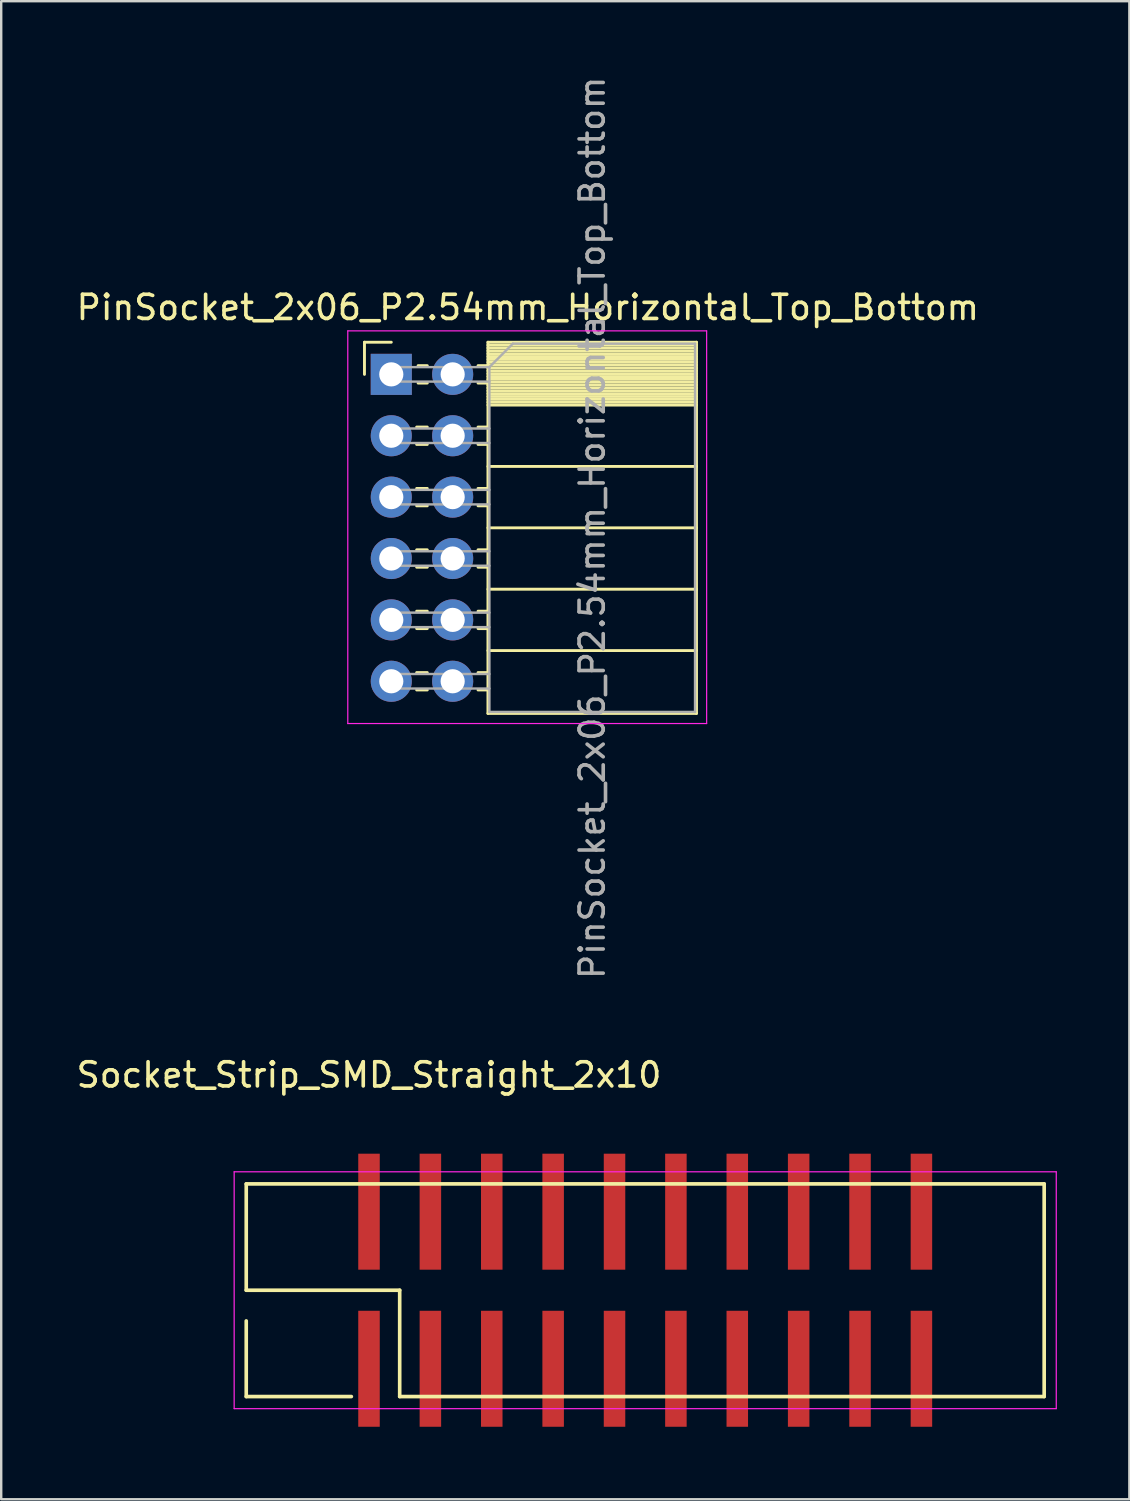
<source format=kicad_pcb>
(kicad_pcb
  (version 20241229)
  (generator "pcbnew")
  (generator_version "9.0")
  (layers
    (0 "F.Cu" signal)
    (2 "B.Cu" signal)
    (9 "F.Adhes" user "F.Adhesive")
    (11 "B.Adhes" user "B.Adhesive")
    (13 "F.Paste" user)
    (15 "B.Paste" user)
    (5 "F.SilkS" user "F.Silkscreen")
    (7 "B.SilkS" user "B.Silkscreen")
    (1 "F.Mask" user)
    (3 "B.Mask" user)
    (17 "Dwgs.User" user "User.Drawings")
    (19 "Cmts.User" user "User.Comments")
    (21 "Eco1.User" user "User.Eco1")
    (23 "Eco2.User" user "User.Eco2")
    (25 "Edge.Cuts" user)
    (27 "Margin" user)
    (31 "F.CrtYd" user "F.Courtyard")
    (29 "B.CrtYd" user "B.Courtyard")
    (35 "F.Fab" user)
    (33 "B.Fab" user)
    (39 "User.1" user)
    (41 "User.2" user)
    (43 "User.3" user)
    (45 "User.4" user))
  (footprint "PinSocket_2x06_P2.54mm_Horizontal_Top_Bottom"
    (layer "F.Cu")
    (at 13.142 12.442)
    (property "Reference" "PinSocket_2x06_P2.54mm_Horizontal_Top_Bottom" (at 5.65 -2.77 0) (layer "F.SilkS") (effects (font (size 1 1) (thickness 0.15))))
    (attr through_hole)
    (fp_line (start -1.11 -1.33) (end -1.11 0) (stroke (width 0.12) (type solid)) (layer "F.SilkS"))
    (fp_line (start 0 -1.33) (end -1.11 -1.33) (stroke (width 0.12) (type solid)) (layer "F.SilkS"))
    (fp_line (start 1.49 -0.36) (end 1.11 -0.36) (stroke (width 0.12) (type solid)) (layer "F.SilkS"))
    (fp_line (start 1.49 0.36) (end 1.11 0.36) (stroke (width 0.12) (type solid)) (layer "F.SilkS"))
    (fp_line (start 1.49 2.18) (end 1.05 2.18) (stroke (width 0.12) (type solid)) (layer "F.SilkS"))
    (fp_line (start 1.49 2.9) (end 1.05 2.9) (stroke (width 0.12) (type solid)) (layer "F.SilkS"))
    (fp_line (start 1.49 4.72) (end 1.05 4.72) (stroke (width 0.12) (type solid)) (layer "F.SilkS"))
    (fp_line (start 1.49 5.44) (end 1.05 5.44) (stroke (width 0.12) (type solid)) (layer "F.SilkS"))
    (fp_line (start 1.49 7.26) (end 1.05 7.26) (stroke (width 0.12) (type solid)) (layer "F.SilkS"))
    (fp_line (start 1.49 7.98) (end 1.05 7.98) (stroke (width 0.12) (type solid)) (layer "F.SilkS"))
    (fp_line (start 1.49 9.8) (end 1.05 9.8) (stroke (width 0.12) (type solid)) (layer "F.SilkS"))
    (fp_line (start 1.49 10.52) (end 1.05 10.52) (stroke (width 0.12) (type solid)) (layer "F.SilkS"))
    (fp_line (start 1.49 12.34) (end 1.05 12.34) (stroke (width 0.12) (type solid)) (layer "F.SilkS"))
    (fp_line (start 1.49 13.06) (end 1.05 13.06) (stroke (width 0.12) (type solid)) (layer "F.SilkS"))
    (fp_line (start 4 -1.33) (end 4 14.03) (stroke (width 0.12) (type solid)) (layer "F.SilkS"))
    (fp_line (start 4 -0.36) (end 3.59 -0.36) (stroke (width 0.12) (type solid)) (layer "F.SilkS"))
    (fp_line (start 4 0.36) (end 3.59 0.36) (stroke (width 0.12) (type solid)) (layer "F.SilkS"))
    (fp_line (start 4 2.18) (end 3.59 2.18) (stroke (width 0.12) (type solid)) (layer "F.SilkS"))
    (fp_line (start 4 2.9) (end 3.59 2.9) (stroke (width 0.12) (type solid)) (layer "F.SilkS"))
    (fp_line (start 4 4.72) (end 3.59 4.72) (stroke (width 0.12) (type solid)) (layer "F.SilkS"))
    (fp_line (start 4 5.44) (end 3.59 5.44) (stroke (width 0.12) (type solid)) (layer "F.SilkS"))
    (fp_line (start 4 7.26) (end 3.59 7.26) (stroke (width 0.12) (type solid)) (layer "F.SilkS"))
    (fp_line (start 4 7.98) (end 3.59 7.98) (stroke (width 0.12) (type solid)) (layer "F.SilkS"))
    (fp_line (start 4 9.8) (end 3.59 9.8) (stroke (width 0.12) (type solid)) (layer "F.SilkS"))
    (fp_line (start 4 10.52) (end 3.59 10.52) (stroke (width 0.12) (type solid)) (layer "F.SilkS"))
    (fp_line (start 4 12.34) (end 3.59 12.34) (stroke (width 0.12) (type solid)) (layer "F.SilkS"))
    (fp_line (start 4 13.06) (end 3.59 13.06) (stroke (width 0.12) (type solid)) (layer "F.SilkS"))
    (fp_line (start 12.63 -1.33) (end 4 -1.33) (stroke (width 0.12) (type solid)) (layer "F.SilkS"))
    (fp_line (start 12.63 -1.33) (end 12.63 14.03) (stroke (width 0.12) (type solid)) (layer "F.SilkS"))
    (fp_line (start 12.63 -1.21) (end 4 -1.21) (stroke (width 0.12) (type solid)) (layer "F.SilkS"))
    (fp_line (start 12.63 -1.092) (end 4 -1.092) (stroke (width 0.12) (type solid)) (layer "F.SilkS"))
    (fp_line (start 12.63 -0.974) (end 4 -0.974) (stroke (width 0.12) (type solid)) (layer "F.SilkS"))
    (fp_line (start 12.63 -0.856) (end 4 -0.856) (stroke (width 0.12) (type solid)) (layer "F.SilkS"))
    (fp_line (start 12.63 -0.738) (end 4 -0.738) (stroke (width 0.12) (type solid)) (layer "F.SilkS"))
    (fp_line (start 12.63 -0.62) (end 4 -0.62) (stroke (width 0.12) (type solid)) (layer "F.SilkS"))
    (fp_line (start 12.63 -0.501) (end 4 -0.501) (stroke (width 0.12) (type solid)) (layer "F.SilkS"))
    (fp_line (start 12.63 -0.383) (end 4 -0.383) (stroke (width 0.12) (type solid)) (layer "F.SilkS"))
    (fp_line (start 12.63 -0.265) (end 4 -0.265) (stroke (width 0.12) (type solid)) (layer "F.SilkS"))
    (fp_line (start 12.63 -0.147) (end 4 -0.147) (stroke (width 0.12) (type solid)) (layer "F.SilkS"))
    (fp_line (start 12.63 -0.029) (end 4 -0.029) (stroke (width 0.12) (type solid)) (layer "F.SilkS"))
    (fp_line (start 12.63 0.089) (end 4 0.089) (stroke (width 0.12) (type solid)) (layer "F.SilkS"))
    (fp_line (start 12.63 0.207) (end 4 0.207) (stroke (width 0.12) (type solid)) (layer "F.SilkS"))
    (fp_line (start 12.63 0.325) (end 4 0.325) (stroke (width 0.12) (type solid)) (layer "F.SilkS"))
    (fp_line (start 12.63 0.443) (end 4 0.443) (stroke (width 0.12) (type solid)) (layer "F.SilkS"))
    (fp_line (start 12.63 0.561) (end 4 0.561) (stroke (width 0.12) (type solid)) (layer "F.SilkS"))
    (fp_line (start 12.63 0.68) (end 4 0.68) (stroke (width 0.12) (type solid)) (layer "F.SilkS"))
    (fp_line (start 12.63 0.798) (end 4 0.798) (stroke (width 0.12) (type solid)) (layer "F.SilkS"))
    (fp_line (start 12.63 0.916) (end 4 0.916) (stroke (width 0.12) (type solid)) (layer "F.SilkS"))
    (fp_line (start 12.63 1.034) (end 4 1.034) (stroke (width 0.12) (type solid)) (layer "F.SilkS"))
    (fp_line (start 12.63 1.152) (end 4 1.152) (stroke (width 0.12) (type solid)) (layer "F.SilkS"))
    (fp_line (start 12.63 1.27) (end 4 1.27) (stroke (width 0.12) (type solid)) (layer "F.SilkS"))
    (fp_line (start 12.63 3.81) (end 4 3.81) (stroke (width 0.12) (type solid)) (layer "F.SilkS"))
    (fp_line (start 12.63 6.35) (end 4 6.35) (stroke (width 0.12) (type solid)) (layer "F.SilkS"))
    (fp_line (start 12.63 8.89) (end 4 8.89) (stroke (width 0.12) (type solid)) (layer "F.SilkS"))
    (fp_line (start 12.63 11.43) (end 4 11.43) (stroke (width 0.12) (type solid)) (layer "F.SilkS"))
    (fp_line (start 12.63 14.03) (end 4 14.03) (stroke (width 0.12) (type solid)) (layer "F.SilkS"))
    (fp_line (start -1.8 -1.8) (end 13.05 -1.8) (stroke (width 0.05) (type solid)) (layer "F.CrtYd"))
    (fp_line (start -1.8 14.45) (end -1.8 -1.8) (stroke (width 0.05) (type solid)) (layer "F.CrtYd"))
    (fp_line (start 13.05 -1.8) (end 13.05 14.45) (stroke (width 0.05) (type solid)) (layer "F.CrtYd"))
    (fp_line (start 13.05 14.45) (end -1.8 14.45) (stroke (width 0.05) (type solid)) (layer "F.CrtYd"))
    (fp_line (start 0 -0.3) (end 4.06 -0.3) (stroke (width 0.1) (type solid)) (layer "F.Fab"))
    (fp_line (start 0 0.3) (end 0 -0.3) (stroke (width 0.1) (type solid)) (layer "F.Fab"))
    (fp_line (start 0 2.24) (end 4.06 2.24) (stroke (width 0.1) (type solid)) (layer "F.Fab"))
    (fp_line (start 0 2.84) (end 0 2.24) (stroke (width 0.1) (type solid)) (layer "F.Fab"))
    (fp_line (start 0 4.78) (end 4.06 4.78) (stroke (width 0.1) (type solid)) (layer "F.Fab"))
    (fp_line (start 0 5.38) (end 0 4.78) (stroke (width 0.1) (type solid)) (layer "F.Fab"))
    (fp_line (start 0 7.32) (end 4.06 7.32) (stroke (width 0.1) (type solid)) (layer "F.Fab"))
    (fp_line (start 0 7.92) (end 0 7.32) (stroke (width 0.1) (type solid)) (layer "F.Fab"))
    (fp_line (start 0 9.86) (end 4.06 9.86) (stroke (width 0.1) (type solid)) (layer "F.Fab"))
    (fp_line (start 0 10.46) (end 0 9.86) (stroke (width 0.1) (type solid)) (layer "F.Fab"))
    (fp_line (start 0 12.4) (end 4.06 12.4) (stroke (width 0.1) (type solid)) (layer "F.Fab"))
    (fp_line (start 0 13) (end 0 12.4) (stroke (width 0.1) (type solid)) (layer "F.Fab"))
    (fp_line (start 4.06 -0.3) (end 4.06 13.97) (stroke (width 0.1) (type solid)) (layer "F.Fab"))
    (fp_line (start 4.06 0.3) (end 0 0.3) (stroke (width 0.1) (type solid)) (layer "F.Fab"))
    (fp_line (start 4.06 2.84) (end 0 2.84) (stroke (width 0.1) (type solid)) (layer "F.Fab"))
    (fp_line (start 4.06 5.38) (end 0 5.38) (stroke (width 0.1) (type solid)) (layer "F.Fab"))
    (fp_line (start 4.06 7.92) (end 0 7.92) (stroke (width 0.1) (type solid)) (layer "F.Fab"))
    (fp_line (start 4.06 10.46) (end 0 10.46) (stroke (width 0.1) (type solid)) (layer "F.Fab"))
    (fp_line (start 4.06 13) (end 0 13) (stroke (width 0.1) (type solid)) (layer "F.Fab"))
    (fp_line (start 4.06 13.97) (end 12.57 13.97) (stroke (width 0.1) (type solid)) (layer "F.Fab"))
    (fp_line (start 5.03 -1.27) (end 4.06 -0.3) (stroke (width 0.1) (type solid)) (layer "F.Fab"))
    (fp_line (start 12.57 -1.27) (end 5.03 -1.27) (stroke (width 0.1) (type solid)) (layer "F.Fab"))
    (fp_line (start 12.57 13.97) (end 12.57 -1.27) (stroke (width 0.1) (type solid)) (layer "F.Fab"))
    (fp_text user "${REFERENCE}" (at 8.315 6.35 90) (layer "F.Fab") (effects (font (size 1 1) (thickness 0.15))))
    (pad "1" thru_hole rect (at 0 0) (size 1.7 1.7) (drill 1) (layers "*.Cu" "*.Mask"))
    (pad "2" thru_hole oval (at 0 2.54) (size 1.7 1.7) (drill 1) (layers "*.Cu" "*.Mask"))
    (pad "3" thru_hole oval (at 0 5.08) (size 1.7 1.7) (drill 1) (layers "*.Cu" "*.Mask"))
    (pad "4" thru_hole oval (at 0 7.62) (size 1.7 1.7) (drill 1) (layers "*.Cu" "*.Mask"))
    (pad "5" thru_hole oval (at 0 10.16) (size 1.7 1.7) (drill 1) (layers "*.Cu" "*.Mask"))
    (pad "6" thru_hole oval (at 0 12.7) (size 1.7 1.7) (drill 1) (layers "*.Cu" "*.Mask"))
    (pad "7" thru_hole oval (at 2.54 0) (size 1.7 1.7) (drill 1) (layers "*.Cu" "*.Mask"))
    (pad "8" thru_hole oval (at 2.54 2.54) (size 1.7 1.7) (drill 1) (layers "*.Cu" "*.Mask"))
    (pad "9" thru_hole oval (at 2.54 5.08) (size 1.7 1.7) (drill 1) (layers "*.Cu" "*.Mask"))
    (pad "10" thru_hole oval (at 2.54 7.62) (size 1.7 1.7) (drill 1) (layers "*.Cu" "*.Mask"))
    (pad "11" thru_hole oval (at 2.54 10.16) (size 1.7 1.7) (drill 1) (layers "*.Cu" "*.Mask"))
    (pad "12" thru_hole oval (at 2.54 12.7) (size 1.7 1.7) (drill 1) (layers "*.Cu" "*.Mask")))
  (footprint "Socket_Strip_SMD_Straight_2x10"
    (layer "F.Cu")
    (at 12.22 49.072)
    (property "Reference" "Socket_Strip_SMD_Straight_2x10" (at 0 -7.64 0) (layer "F.SilkS") (effects (font (size 1 1) (thickness 0.15))))
    (attr smd)
    (fp_line (start -5.08 -3.13) (end 27.94 -3.13) (stroke (width 0.15) (type solid)) (layer "F.SilkS"))
    (fp_line (start -5.08 1.27) (end -5.08 -3.13) (stroke (width 0.15) (type solid)) (layer "F.SilkS"))
    (fp_line (start -5.08 1.27) (end 1.27 1.27) (stroke (width 0.15) (type solid)) (layer "F.SilkS"))
    (fp_line (start -5.08 2.54) (end -5.08 5.67) (stroke (width 0.15) (type solid)) (layer "F.SilkS"))
    (fp_line (start -5.08 5.67) (end -0.73 5.67) (stroke (width 0.15) (type solid)) (layer "F.SilkS"))
    (fp_line (start 1.27 5.67) (end 1.27 1.27) (stroke (width 0.15) (type solid)) (layer "F.SilkS"))
    (fp_line (start 27.94 5.67) (end 1.27 5.67) (stroke (width 0.15) (type solid)) (layer "F.SilkS"))
    (fp_line (start 27.94 5.67) (end 27.94 -3.13) (stroke (width 0.15) (type solid)) (layer "F.SilkS"))
    (fp_line (start -5.58 -3.63) (end -5.58 6.17) (stroke (width 0.05) (type solid)) (layer "F.CrtYd"))
    (fp_line (start -5.58 -3.63) (end 28.44 -3.63) (stroke (width 0.05) (type solid)) (layer "F.CrtYd"))
    (fp_line (start -5.58 6.17) (end 28.44 6.17) (stroke (width 0.05) (type solid)) (layer "F.CrtYd"))
    (fp_line (start 28.44 -3.63) (end 28.44 6.17) (stroke (width 0.05) (type solid)) (layer "F.CrtYd"))
    (pad "1" smd rect (at 0 4.52) (size 0.89 4.8) (layers "F.Cu" "F.Mask" "F.Paste"))
    (pad "2" smd rect (at 0 -1.98) (size 0.89 4.8) (layers "F.Cu" "F.Mask" "F.Paste"))
    (pad "3" smd rect (at 2.54 4.52) (size 0.89 4.8) (layers "F.Cu" "F.Mask" "F.Paste"))
    (pad "4" smd rect (at 2.54 -1.98) (size 0.89 4.8) (layers "F.Cu" "F.Mask" "F.Paste"))
    (pad "5" smd rect (at 5.08 4.52) (size 0.89 4.8) (layers "F.Cu" "F.Mask" "F.Paste"))
    (pad "6" smd rect (at 5.08 -1.98) (size 0.89 4.8) (layers "F.Cu" "F.Mask" "F.Paste"))
    (pad "7" smd rect (at 7.62 4.52) (size 0.89 4.8) (layers "F.Cu" "F.Mask" "F.Paste"))
    (pad "8" smd rect (at 7.62 -1.98) (size 0.89 4.8) (layers "F.Cu" "F.Mask" "F.Paste"))
    (pad "9" smd rect (at 10.16 4.52) (size 0.89 4.8) (layers "F.Cu" "F.Mask" "F.Paste"))
    (pad "10" smd rect (at 10.16 -1.98) (size 0.89 4.8) (layers "F.Cu" "F.Mask" "F.Paste"))
    (pad "11" smd rect (at 12.7 4.52) (size 0.89 4.8) (layers "F.Cu" "F.Mask" "F.Paste"))
    (pad "12" smd rect (at 12.7 -1.98) (size 0.89 4.8) (layers "F.Cu" "F.Mask" "F.Paste"))
    (pad "13" smd rect (at 15.24 4.52) (size 0.89 4.8) (layers "F.Cu" "F.Mask" "F.Paste"))
    (pad "14" smd rect (at 15.24 -1.98) (size 0.89 4.8) (layers "F.Cu" "F.Mask" "F.Paste"))
    (pad "15" smd rect (at 17.78 4.52) (size 0.89 4.8) (layers "F.Cu" "F.Mask" "F.Paste"))
    (pad "16" smd rect (at 17.78 -1.98) (size 0.89 4.8) (layers "F.Cu" "F.Mask" "F.Paste"))
    (pad "17" smd rect (at 20.32 4.52) (size 0.89 4.8) (layers "F.Cu" "F.Mask" "F.Paste"))
    (pad "18" smd rect (at 20.32 -1.98) (size 0.89 4.8) (layers "F.Cu" "F.Mask" "F.Paste"))
    (pad "19" smd rect (at 22.86 4.52) (size 0.89 4.8) (layers "F.Cu" "F.Mask" "F.Paste"))
    (pad "20" smd rect (at 22.86 -1.98) (size 0.89 4.8) (layers "F.Cu" "F.Mask" "F.Paste")))
  (gr_rect
    (start -3 -3)
    (end 43.685 58.992)
    (stroke (width 0.1) (type default))
    (fill no)
    (layer "Edge.Cuts")))
</source>
